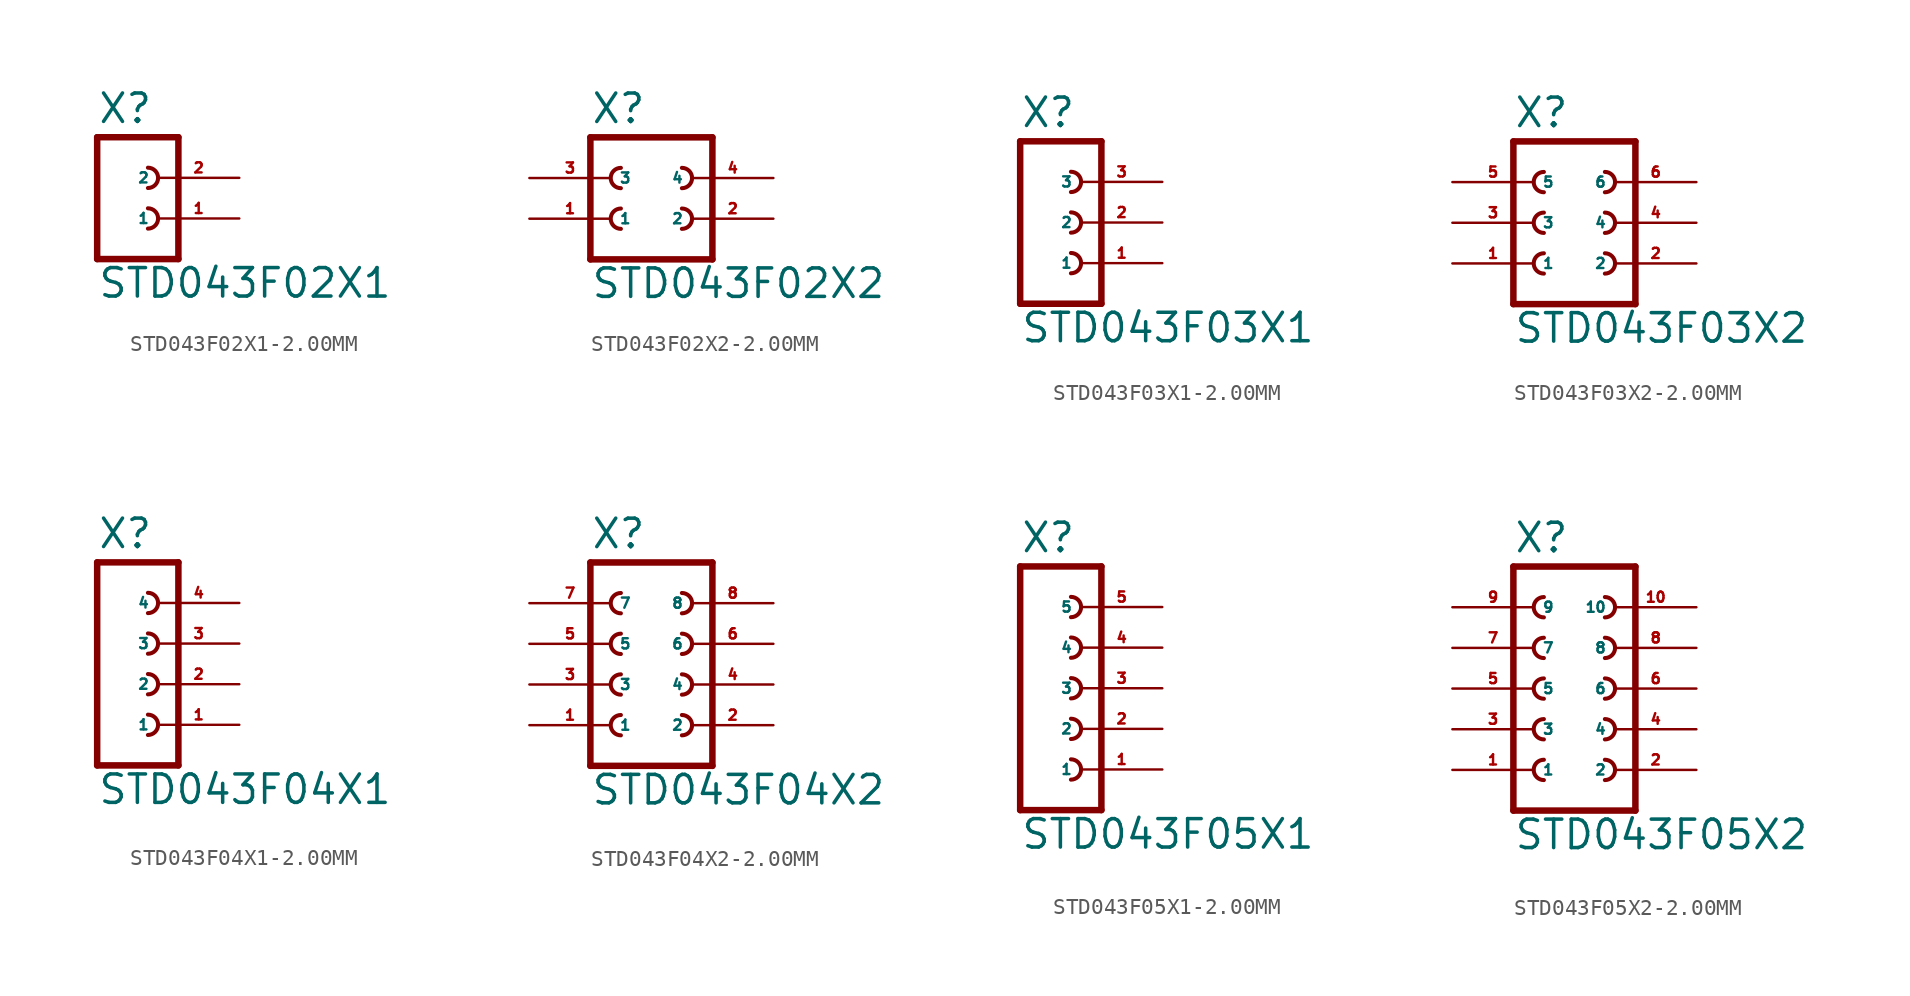
<source format=kicad_sym>
(kicad_symbol_lib
  (version 20220914)
  (generator Eagle2Kicad)
  (symbol "STD043F02X1-2.00MM"
    (property "Reference" "X"
      (at -1.27 5.842 0)
      (effects (font (size 1.778 1.778) (thickness 0.22)) (justify left bottom)))
    (property "Value" "STD043F02X1"
      (at -1.27 -5.08 0)
      (effects (font (size 1.778 1.778) (thickness 0.22)) (justify left bottom)))
    (polyline
      (pts (xy 3.81 -2.54) (xy -1.27 -2.54))
      (stroke (width 0.406) (type default))
      (fill (type none)))
    (arc
      (start 1.905 -0.635)
      (mid 2.540 0.000)
      (end 1.905 0.635)
      (stroke (width 0.254) (type default))
      (fill (type none)))
    (polyline
      (pts (xy -1.27 5.08) (xy -1.27 -2.54))
      (stroke (width 0.406) (type default))
      (fill (type none)))
    (polyline
      (pts (xy 3.81 -2.54) (xy 3.81 5.08))
      (stroke (width 0.406) (type default))
      (fill (type none)))
    (polyline
      (pts (xy -1.27 5.08) (xy 3.81 5.08))
      (stroke (width 0.406) (type default))
      (fill (type none)))
    (arc
      (start 1.905 1.905)
      (mid 2.540 2.540)
      (end 1.905 3.175)
      (stroke (width 0.254) (type default))
      (fill (type none)))
    (pin passive line
      (at 7.62 0 180)
      (length 5.08)
      (name "1" (effects (font (size 0.635 0.635) (thickness 0.08)) (justify left bottom)))
      (number "1" (effects (font (size 0.635 0.635) (thickness 0.08)) (justify left bottom))))
    (pin passive line
      (at 7.62 2.54 180)
      (length 5.08)
      (name "2" (effects (font (size 0.635 0.635) (thickness 0.08)) (justify left bottom)))
      (number "2" (effects (font (size 0.635 0.635) (thickness 0.08)) (justify left bottom)))))
  (symbol "STD043F02X2-2.00MM"
    (property "Reference" "X"
      (at -3.81 5.842 0)
      (effects (font (size 1.778 1.778) (thickness 0.22)) (justify left bottom)))
    (property "Value" "STD043F02X2"
      (at -3.81 -5.08 0)
      (effects (font (size 1.778 1.778) (thickness 0.22)) (justify left bottom)))
    (polyline
      (pts (xy 3.81 -2.54) (xy -3.81 -2.54))
      (stroke (width 0.406) (type default))
      (fill (type none)))
    (arc
      (start -1.905 0.635)
      (mid -2.540 0.000)
      (end -1.905 -0.635)
      (stroke (width 0.254) (type default))
      (fill (type none)))
    (arc
      (start 1.905 -0.635)
      (mid 2.540 0.000)
      (end 1.905 0.635)
      (stroke (width 0.254) (type default))
      (fill (type none)))
    (arc
      (start -1.905 3.175)
      (mid -2.540 2.540)
      (end -1.905 1.905)
      (stroke (width 0.254) (type default))
      (fill (type none)))
    (arc
      (start 1.905 1.905)
      (mid 2.540 2.540)
      (end 1.905 3.175)
      (stroke (width 0.254) (type default))
      (fill (type none)))
    (polyline
      (pts (xy -3.81 5.08) (xy -3.81 -2.54))
      (stroke (width 0.406) (type default))
      (fill (type none)))
    (polyline
      (pts (xy 3.81 -2.54) (xy 3.81 5.08))
      (stroke (width 0.406) (type default))
      (fill (type none)))
    (polyline
      (pts (xy -3.81 5.08) (xy 3.81 5.08))
      (stroke (width 0.406) (type default))
      (fill (type none)))
    (pin passive line
      (at -7.62 0 0)
      (length 5.08)
      (name "1" (effects (font (size 0.635 0.635) (thickness 0.08)) (justify left bottom)))
      (number "1" (effects (font (size 0.635 0.635) (thickness 0.08)) (justify left bottom))))
    (pin passive line
      (at 7.62 0 180)
      (length 5.08)
      (name "2" (effects (font (size 0.635 0.635) (thickness 0.08)) (justify left bottom)))
      (number "2" (effects (font (size 0.635 0.635) (thickness 0.08)) (justify left bottom))))
    (pin passive line
      (at -7.62 2.54 0)
      (length 5.08)
      (name "3" (effects (font (size 0.635 0.635) (thickness 0.08)) (justify left bottom)))
      (number "3" (effects (font (size 0.635 0.635) (thickness 0.08)) (justify left bottom))))
    (pin passive line
      (at 7.62 2.54 180)
      (length 5.08)
      (name "4" (effects (font (size 0.635 0.635) (thickness 0.08)) (justify left bottom)))
      (number "4" (effects (font (size 0.635 0.635) (thickness 0.08)) (justify left bottom)))))
  (symbol "STD043F03X1-2.00MM"
    (property "Reference" "X"
      (at -1.27 5.842 0)
      (effects (font (size 1.778 1.778) (thickness 0.22)) (justify left bottom)))
    (property "Value" "STD043F03X1"
      (at -1.27 -7.62 0)
      (effects (font (size 1.778 1.778) (thickness 0.22)) (justify left bottom)))
    (polyline
      (pts (xy 3.81 -5.08) (xy -1.27 -5.08))
      (stroke (width 0.406) (type default))
      (fill (type none)))
    (arc
      (start 1.905 -0.635)
      (mid 2.540 0.000)
      (end 1.905 0.635)
      (stroke (width 0.254) (type default))
      (fill (type none)))
    (arc
      (start 1.905 -3.175)
      (mid 2.540 -2.540)
      (end 1.905 -1.905)
      (stroke (width 0.254) (type default))
      (fill (type none)))
    (polyline
      (pts (xy -1.27 5.08) (xy -1.27 -5.08))
      (stroke (width 0.406) (type default))
      (fill (type none)))
    (polyline
      (pts (xy 3.81 -5.08) (xy 3.81 5.08))
      (stroke (width 0.406) (type default))
      (fill (type none)))
    (polyline
      (pts (xy -1.27 5.08) (xy 3.81 5.08))
      (stroke (width 0.406) (type default))
      (fill (type none)))
    (arc
      (start 1.905 1.905)
      (mid 2.540 2.540)
      (end 1.905 3.175)
      (stroke (width 0.254) (type default))
      (fill (type none)))
    (pin passive line
      (at 7.62 -2.54 180)
      (length 5.08)
      (name "1" (effects (font (size 0.635 0.635) (thickness 0.08)) (justify left bottom)))
      (number "1" (effects (font (size 0.635 0.635) (thickness 0.08)) (justify left bottom))))
    (pin passive line
      (at 7.62 0 180)
      (length 5.08)
      (name "2" (effects (font (size 0.635 0.635) (thickness 0.08)) (justify left bottom)))
      (number "2" (effects (font (size 0.635 0.635) (thickness 0.08)) (justify left bottom))))
    (pin passive line
      (at 7.62 2.54 180)
      (length 5.08)
      (name "3" (effects (font (size 0.635 0.635) (thickness 0.08)) (justify left bottom)))
      (number "3" (effects (font (size 0.635 0.635) (thickness 0.08)) (justify left bottom)))))
  (symbol "STD043F03X2-2.00MM"
    (property "Reference" "X"
      (at -3.81 5.842 0)
      (effects (font (size 1.778 1.778) (thickness 0.22)) (justify left bottom)))
    (property "Value" "STD043F03X2"
      (at -3.81 -7.62 0)
      (effects (font (size 1.778 1.778) (thickness 0.22)) (justify left bottom)))
    (polyline
      (pts (xy 3.81 -5.08) (xy -3.81 -5.08))
      (stroke (width 0.406) (type default))
      (fill (type none)))
    (arc
      (start -1.905 0.635)
      (mid -2.540 0.000)
      (end -1.905 -0.635)
      (stroke (width 0.254) (type default))
      (fill (type none)))
    (arc
      (start -1.905 -1.905)
      (mid -2.540 -2.540)
      (end -1.905 -3.175)
      (stroke (width 0.254) (type default))
      (fill (type none)))
    (arc
      (start 1.905 -0.635)
      (mid 2.540 0.000)
      (end 1.905 0.635)
      (stroke (width 0.254) (type default))
      (fill (type none)))
    (arc
      (start 1.905 -3.175)
      (mid 2.540 -2.540)
      (end 1.905 -1.905)
      (stroke (width 0.254) (type default))
      (fill (type none)))
    (polyline
      (pts (xy -3.81 5.08) (xy -3.81 -5.08))
      (stroke (width 0.406) (type default))
      (fill (type none)))
    (polyline
      (pts (xy 3.81 -5.08) (xy 3.81 5.08))
      (stroke (width 0.406) (type default))
      (fill (type none)))
    (polyline
      (pts (xy -3.81 5.08) (xy 3.81 5.08))
      (stroke (width 0.406) (type default))
      (fill (type none)))
    (arc
      (start -1.905 3.175)
      (mid -2.540 2.540)
      (end -1.905 1.905)
      (stroke (width 0.254) (type default))
      (fill (type none)))
    (arc
      (start 1.905 1.905)
      (mid 2.540 2.540)
      (end 1.905 3.175)
      (stroke (width 0.254) (type default))
      (fill (type none)))
    (pin passive line
      (at -7.62 -2.54 0)
      (length 5.08)
      (name "1" (effects (font (size 0.635 0.635) (thickness 0.08)) (justify left bottom)))
      (number "1" (effects (font (size 0.635 0.635) (thickness 0.08)) (justify left bottom))))
    (pin passive line
      (at 7.62 -2.54 180)
      (length 5.08)
      (name "2" (effects (font (size 0.635 0.635) (thickness 0.08)) (justify left bottom)))
      (number "2" (effects (font (size 0.635 0.635) (thickness 0.08)) (justify left bottom))))
    (pin passive line
      (at -7.62 0 0)
      (length 5.08)
      (name "3" (effects (font (size 0.635 0.635) (thickness 0.08)) (justify left bottom)))
      (number "3" (effects (font (size 0.635 0.635) (thickness 0.08)) (justify left bottom))))
    (pin passive line
      (at 7.62 0 180)
      (length 5.08)
      (name "4" (effects (font (size 0.635 0.635) (thickness 0.08)) (justify left bottom)))
      (number "4" (effects (font (size 0.635 0.635) (thickness 0.08)) (justify left bottom))))
    (pin passive line
      (at -7.62 2.54 0)
      (length 5.08)
      (name "5" (effects (font (size 0.635 0.635) (thickness 0.08)) (justify left bottom)))
      (number "5" (effects (font (size 0.635 0.635) (thickness 0.08)) (justify left bottom))))
    (pin passive line
      (at 7.62 2.54 180)
      (length 5.08)
      (name "6" (effects (font (size 0.635 0.635) (thickness 0.08)) (justify left bottom)))
      (number "6" (effects (font (size 0.635 0.635) (thickness 0.08)) (justify left bottom)))))
  (symbol "STD043F04X1-2.00MM"
    (property "Reference" "X"
      (at -1.27 8.382 0)
      (effects (font (size 1.778 1.778) (thickness 0.22)) (justify left bottom)))
    (property "Value" "STD043F04X1"
      (at -1.27 -7.62 0)
      (effects (font (size 1.778 1.778) (thickness 0.22)) (justify left bottom)))
    (polyline
      (pts (xy 3.81 -5.08) (xy -1.27 -5.08))
      (stroke (width 0.406) (type default))
      (fill (type none)))
    (arc
      (start 1.905 -0.635)
      (mid 2.540 0.000)
      (end 1.905 0.635)
      (stroke (width 0.254) (type default))
      (fill (type none)))
    (arc
      (start 1.905 -3.175)
      (mid 2.540 -2.540)
      (end 1.905 -1.905)
      (stroke (width 0.254) (type default))
      (fill (type none)))
    (polyline
      (pts (xy -1.27 7.62) (xy -1.27 -5.08))
      (stroke (width 0.406) (type default))
      (fill (type none)))
    (polyline
      (pts (xy 3.81 -5.08) (xy 3.81 7.62))
      (stroke (width 0.406) (type default))
      (fill (type none)))
    (polyline
      (pts (xy -1.27 7.62) (xy 3.81 7.62))
      (stroke (width 0.406) (type default))
      (fill (type none)))
    (arc
      (start 1.905 4.445)
      (mid 2.540 5.080)
      (end 1.905 5.715)
      (stroke (width 0.254) (type default))
      (fill (type none)))
    (arc
      (start 1.905 1.905)
      (mid 2.540 2.540)
      (end 1.905 3.175)
      (stroke (width 0.254) (type default))
      (fill (type none)))
    (pin passive line
      (at 7.62 -2.54 180)
      (length 5.08)
      (name "1" (effects (font (size 0.635 0.635) (thickness 0.08)) (justify left bottom)))
      (number "1" (effects (font (size 0.635 0.635) (thickness 0.08)) (justify left bottom))))
    (pin passive line
      (at 7.62 0 180)
      (length 5.08)
      (name "2" (effects (font (size 0.635 0.635) (thickness 0.08)) (justify left bottom)))
      (number "2" (effects (font (size 0.635 0.635) (thickness 0.08)) (justify left bottom))))
    (pin passive line
      (at 7.62 2.54 180)
      (length 5.08)
      (name "3" (effects (font (size 0.635 0.635) (thickness 0.08)) (justify left bottom)))
      (number "3" (effects (font (size 0.635 0.635) (thickness 0.08)) (justify left bottom))))
    (pin passive line
      (at 7.62 5.08 180)
      (length 5.08)
      (name "4" (effects (font (size 0.635 0.635) (thickness 0.08)) (justify left bottom)))
      (number "4" (effects (font (size 0.635 0.635) (thickness 0.08)) (justify left bottom)))))
  (symbol "STD043F04X2-2.00MM"
    (property "Reference" "X"
      (at -3.81 8.382 0)
      (effects (font (size 1.778 1.778) (thickness 0.22)) (justify left bottom)))
    (property "Value" "STD043F04X2"
      (at -3.81 -7.62 0)
      (effects (font (size 1.778 1.778) (thickness 0.22)) (justify left bottom)))
    (polyline
      (pts (xy 3.81 -5.08) (xy -3.81 -5.08))
      (stroke (width 0.406) (type default))
      (fill (type none)))
    (arc
      (start -1.905 0.635)
      (mid -2.540 0.000)
      (end -1.905 -0.635)
      (stroke (width 0.254) (type default))
      (fill (type none)))
    (arc
      (start -1.905 -1.905)
      (mid -2.540 -2.540)
      (end -1.905 -3.175)
      (stroke (width 0.254) (type default))
      (fill (type none)))
    (arc
      (start 1.905 -0.635)
      (mid 2.540 0.000)
      (end 1.905 0.635)
      (stroke (width 0.254) (type default))
      (fill (type none)))
    (arc
      (start 1.905 -3.175)
      (mid 2.540 -2.540)
      (end 1.905 -1.905)
      (stroke (width 0.254) (type default))
      (fill (type none)))
    (arc
      (start -1.905 5.715)
      (mid -2.540 5.080)
      (end -1.905 4.445)
      (stroke (width 0.254) (type default))
      (fill (type none)))
    (arc
      (start -1.905 3.175)
      (mid -2.540 2.540)
      (end -1.905 1.905)
      (stroke (width 0.254) (type default))
      (fill (type none)))
    (arc
      (start 1.905 4.445)
      (mid 2.540 5.080)
      (end 1.905 5.715)
      (stroke (width 0.254) (type default))
      (fill (type none)))
    (arc
      (start 1.905 1.905)
      (mid 2.540 2.540)
      (end 1.905 3.175)
      (stroke (width 0.254) (type default))
      (fill (type none)))
    (polyline
      (pts (xy -3.81 7.62) (xy -3.81 -5.08))
      (stroke (width 0.406) (type default))
      (fill (type none)))
    (polyline
      (pts (xy 3.81 -5.08) (xy 3.81 7.62))
      (stroke (width 0.406) (type default))
      (fill (type none)))
    (polyline
      (pts (xy -3.81 7.62) (xy 3.81 7.62))
      (stroke (width 0.406) (type default))
      (fill (type none)))
    (pin passive line
      (at -7.62 -2.54 0)
      (length 5.08)
      (name "1" (effects (font (size 0.635 0.635) (thickness 0.08)) (justify left bottom)))
      (number "1" (effects (font (size 0.635 0.635) (thickness 0.08)) (justify left bottom))))
    (pin passive line
      (at 7.62 -2.54 180)
      (length 5.08)
      (name "2" (effects (font (size 0.635 0.635) (thickness 0.08)) (justify left bottom)))
      (number "2" (effects (font (size 0.635 0.635) (thickness 0.08)) (justify left bottom))))
    (pin passive line
      (at -7.62 0 0)
      (length 5.08)
      (name "3" (effects (font (size 0.635 0.635) (thickness 0.08)) (justify left bottom)))
      (number "3" (effects (font (size 0.635 0.635) (thickness 0.08)) (justify left bottom))))
    (pin passive line
      (at 7.62 0 180)
      (length 5.08)
      (name "4" (effects (font (size 0.635 0.635) (thickness 0.08)) (justify left bottom)))
      (number "4" (effects (font (size 0.635 0.635) (thickness 0.08)) (justify left bottom))))
    (pin passive line
      (at -7.62 2.54 0)
      (length 5.08)
      (name "5" (effects (font (size 0.635 0.635) (thickness 0.08)) (justify left bottom)))
      (number "5" (effects (font (size 0.635 0.635) (thickness 0.08)) (justify left bottom))))
    (pin passive line
      (at 7.62 2.54 180)
      (length 5.08)
      (name "6" (effects (font (size 0.635 0.635) (thickness 0.08)) (justify left bottom)))
      (number "6" (effects (font (size 0.635 0.635) (thickness 0.08)) (justify left bottom))))
    (pin passive line
      (at -7.62 5.08 0)
      (length 5.08)
      (name "7" (effects (font (size 0.635 0.635) (thickness 0.08)) (justify left bottom)))
      (number "7" (effects (font (size 0.635 0.635) (thickness 0.08)) (justify left bottom))))
    (pin passive line
      (at 7.62 5.08 180)
      (length 5.08)
      (name "8" (effects (font (size 0.635 0.635) (thickness 0.08)) (justify left bottom)))
      (number "8" (effects (font (size 0.635 0.635) (thickness 0.08)) (justify left bottom)))))
  (symbol "STD043F05X1-2.00MM"
    (property "Reference" "X"
      (at -1.27 8.382 0)
      (effects (font (size 1.778 1.778) (thickness 0.22)) (justify left bottom)))
    (property "Value" "STD043F05X1"
      (at -1.27 -10.16 0)
      (effects (font (size 1.778 1.778) (thickness 0.22)) (justify left bottom)))
    (polyline
      (pts (xy 3.81 -7.62) (xy -1.27 -7.62))
      (stroke (width 0.406) (type default))
      (fill (type none)))
    (arc
      (start 1.905 -0.635)
      (mid 2.540 0.000)
      (end 1.905 0.635)
      (stroke (width 0.254) (type default))
      (fill (type none)))
    (arc
      (start 1.905 -3.175)
      (mid 2.540 -2.540)
      (end 1.905 -1.905)
      (stroke (width 0.254) (type default))
      (fill (type none)))
    (arc
      (start 1.905 -5.715)
      (mid 2.540 -5.080)
      (end 1.905 -4.445)
      (stroke (width 0.254) (type default))
      (fill (type none)))
    (polyline
      (pts (xy -1.27 7.62) (xy -1.27 -7.62))
      (stroke (width 0.406) (type default))
      (fill (type none)))
    (polyline
      (pts (xy 3.81 -7.62) (xy 3.81 7.62))
      (stroke (width 0.406) (type default))
      (fill (type none)))
    (polyline
      (pts (xy -1.27 7.62) (xy 3.81 7.62))
      (stroke (width 0.406) (type default))
      (fill (type none)))
    (arc
      (start 1.905 4.445)
      (mid 2.540 5.080)
      (end 1.905 5.715)
      (stroke (width 0.254) (type default))
      (fill (type none)))
    (arc
      (start 1.905 1.905)
      (mid 2.540 2.540)
      (end 1.905 3.175)
      (stroke (width 0.254) (type default))
      (fill (type none)))
    (pin passive line
      (at 7.62 -5.08 180)
      (length 5.08)
      (name "1" (effects (font (size 0.635 0.635) (thickness 0.08)) (justify left bottom)))
      (number "1" (effects (font (size 0.635 0.635) (thickness 0.08)) (justify left bottom))))
    (pin passive line
      (at 7.62 -2.54 180)
      (length 5.08)
      (name "2" (effects (font (size 0.635 0.635) (thickness 0.08)) (justify left bottom)))
      (number "2" (effects (font (size 0.635 0.635) (thickness 0.08)) (justify left bottom))))
    (pin passive line
      (at 7.62 0 180)
      (length 5.08)
      (name "3" (effects (font (size 0.635 0.635) (thickness 0.08)) (justify left bottom)))
      (number "3" (effects (font (size 0.635 0.635) (thickness 0.08)) (justify left bottom))))
    (pin passive line
      (at 7.62 2.54 180)
      (length 5.08)
      (name "4" (effects (font (size 0.635 0.635) (thickness 0.08)) (justify left bottom)))
      (number "4" (effects (font (size 0.635 0.635) (thickness 0.08)) (justify left bottom))))
    (pin passive line
      (at 7.62 5.08 180)
      (length 5.08)
      (name "5" (effects (font (size 0.635 0.635) (thickness 0.08)) (justify left bottom)))
      (number "5" (effects (font (size 0.635 0.635) (thickness 0.08)) (justify left bottom)))))
  (symbol "STD043F05X2-2.00MM"
    (property "Reference" "X"
      (at -3.81 8.382 0)
      (effects (font (size 1.778 1.778) (thickness 0.22)) (justify left bottom)))
    (property "Value" "STD043F05X2"
      (at -3.81 -10.16 0)
      (effects (font (size 1.778 1.778) (thickness 0.22)) (justify left bottom)))
    (polyline
      (pts (xy 3.81 -7.62) (xy -3.81 -7.62))
      (stroke (width 0.406) (type default))
      (fill (type none)))
    (arc
      (start -1.905 0.635)
      (mid -2.540 0.000)
      (end -1.905 -0.635)
      (stroke (width 0.254) (type default))
      (fill (type none)))
    (arc
      (start -1.905 -1.905)
      (mid -2.540 -2.540)
      (end -1.905 -3.175)
      (stroke (width 0.254) (type default))
      (fill (type none)))
    (arc
      (start -1.905 -4.445)
      (mid -2.540 -5.080)
      (end -1.905 -5.715)
      (stroke (width 0.254) (type default))
      (fill (type none)))
    (arc
      (start 1.905 -0.635)
      (mid 2.540 0.000)
      (end 1.905 0.635)
      (stroke (width 0.254) (type default))
      (fill (type none)))
    (arc
      (start 1.905 -3.175)
      (mid 2.540 -2.540)
      (end 1.905 -1.905)
      (stroke (width 0.254) (type default))
      (fill (type none)))
    (arc
      (start 1.905 -5.715)
      (mid 2.540 -5.080)
      (end 1.905 -4.445)
      (stroke (width 0.254) (type default))
      (fill (type none)))
    (polyline
      (pts (xy -3.81 7.62) (xy -3.81 -7.62))
      (stroke (width 0.406) (type default))
      (fill (type none)))
    (polyline
      (pts (xy 3.81 -7.62) (xy 3.81 7.62))
      (stroke (width 0.406) (type default))
      (fill (type none)))
    (polyline
      (pts (xy -3.81 7.62) (xy 3.81 7.62))
      (stroke (width 0.406) (type default))
      (fill (type none)))
    (arc
      (start -1.905 5.715)
      (mid -2.540 5.080)
      (end -1.905 4.445)
      (stroke (width 0.254) (type default))
      (fill (type none)))
    (arc
      (start -1.905 3.175)
      (mid -2.540 2.540)
      (end -1.905 1.905)
      (stroke (width 0.254) (type default))
      (fill (type none)))
    (arc
      (start 1.905 4.445)
      (mid 2.540 5.080)
      (end 1.905 5.715)
      (stroke (width 0.254) (type default))
      (fill (type none)))
    (arc
      (start 1.905 1.905)
      (mid 2.540 2.540)
      (end 1.905 3.175)
      (stroke (width 0.254) (type default))
      (fill (type none)))
    (pin passive line
      (at -7.62 -5.08 0)
      (length 5.08)
      (name "1" (effects (font (size 0.635 0.635) (thickness 0.08)) (justify left bottom)))
      (number "1" (effects (font (size 0.635 0.635) (thickness 0.08)) (justify left bottom))))
    (pin passive line
      (at -7.62 -2.54 0)
      (length 5.08)
      (name "3" (effects (font (size 0.635 0.635) (thickness 0.08)) (justify left bottom)))
      (number "3" (effects (font (size 0.635 0.635) (thickness 0.08)) (justify left bottom))))
    (pin passive line
      (at -7.62 0 0)
      (length 5.08)
      (name "5" (effects (font (size 0.635 0.635) (thickness 0.08)) (justify left bottom)))
      (number "5" (effects (font (size 0.635 0.635) (thickness 0.08)) (justify left bottom))))
    (pin passive line
      (at 7.62 -5.08 180)
      (length 5.08)
      (name "2" (effects (font (size 0.635 0.635) (thickness 0.08)) (justify left bottom)))
      (number "2" (effects (font (size 0.635 0.635) (thickness 0.08)) (justify left bottom))))
    (pin passive line
      (at 7.62 -2.54 180)
      (length 5.08)
      (name "4" (effects (font (size 0.635 0.635) (thickness 0.08)) (justify left bottom)))
      (number "4" (effects (font (size 0.635 0.635) (thickness 0.08)) (justify left bottom))))
    (pin passive line
      (at 7.62 0 180)
      (length 5.08)
      (name "6" (effects (font (size 0.635 0.635) (thickness 0.08)) (justify left bottom)))
      (number "6" (effects (font (size 0.635 0.635) (thickness 0.08)) (justify left bottom))))
    (pin passive line
      (at -7.62 2.54 0)
      (length 5.08)
      (name "7" (effects (font (size 0.635 0.635) (thickness 0.08)) (justify left bottom)))
      (number "7" (effects (font (size 0.635 0.635) (thickness 0.08)) (justify left bottom))))
    (pin passive line
      (at -7.62 5.08 0)
      (length 5.08)
      (name "9" (effects (font (size 0.635 0.635) (thickness 0.08)) (justify left bottom)))
      (number "9" (effects (font (size 0.635 0.635) (thickness 0.08)) (justify left bottom))))
    (pin passive line
      (at 7.62 2.54 180)
      (length 5.08)
      (name "8" (effects (font (size 0.635 0.635) (thickness 0.08)) (justify left bottom)))
      (number "8" (effects (font (size 0.635 0.635) (thickness 0.08)) (justify left bottom))))
    (pin passive line
      (at 7.62 5.08 180)
      (length 5.08)
      (name "10" (effects (font (size 0.635 0.635) (thickness 0.08)) (justify left bottom)))
      (number "10" (effects (font (size 0.635 0.635) (thickness 0.08)) (justify left bottom))))))
</source>
